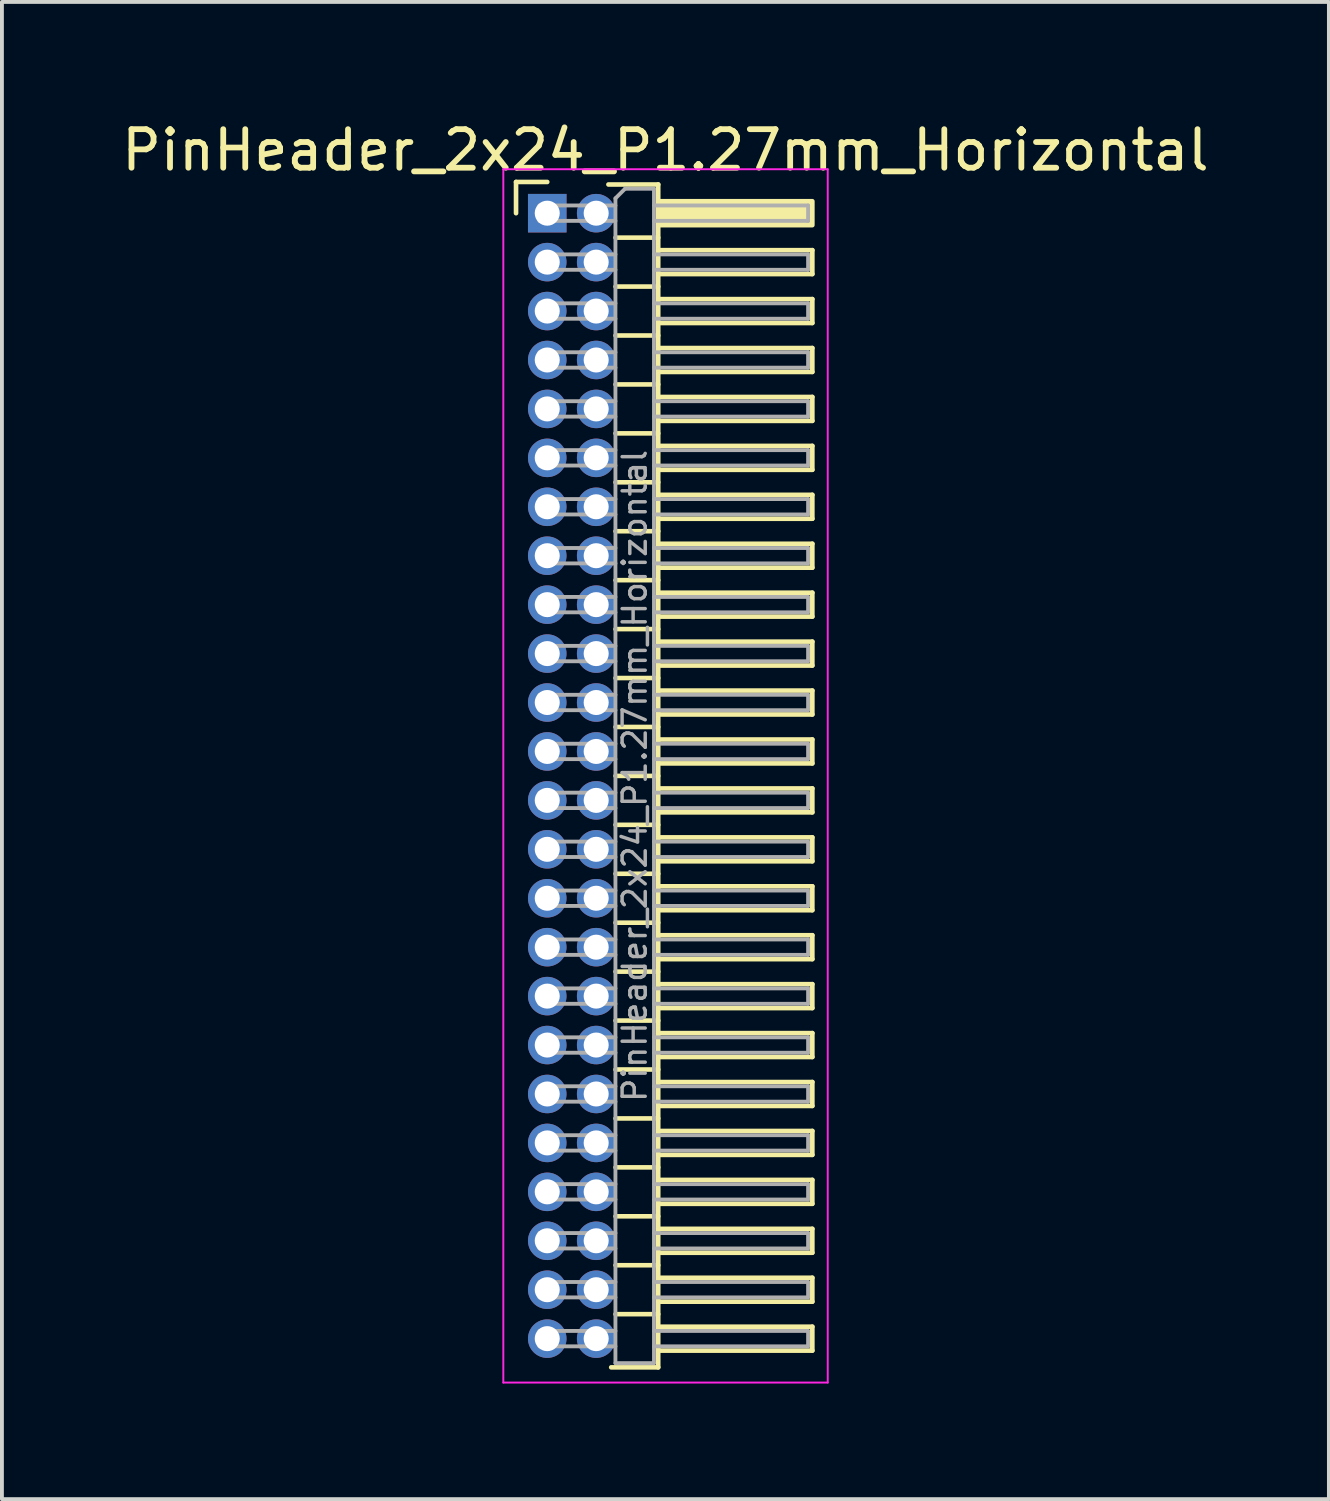
<source format=kicad_pcb>
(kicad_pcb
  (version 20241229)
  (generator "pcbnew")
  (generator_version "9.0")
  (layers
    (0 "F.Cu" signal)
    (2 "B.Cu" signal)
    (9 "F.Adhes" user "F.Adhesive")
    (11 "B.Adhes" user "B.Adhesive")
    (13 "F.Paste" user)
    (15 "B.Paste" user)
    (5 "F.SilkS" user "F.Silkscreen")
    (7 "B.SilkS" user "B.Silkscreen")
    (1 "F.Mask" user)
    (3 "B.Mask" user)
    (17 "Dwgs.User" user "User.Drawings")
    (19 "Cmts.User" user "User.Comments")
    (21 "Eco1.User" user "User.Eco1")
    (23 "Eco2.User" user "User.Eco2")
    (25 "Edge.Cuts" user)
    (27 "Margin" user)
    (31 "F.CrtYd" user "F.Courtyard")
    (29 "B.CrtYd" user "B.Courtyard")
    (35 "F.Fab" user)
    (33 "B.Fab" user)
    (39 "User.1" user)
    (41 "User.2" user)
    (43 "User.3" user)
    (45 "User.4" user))
  (footprint "PinHeader_2x24_P1.27mm_Horizontal"
    (layer "F.Cu")
    (at 11.153 2.483)
    (property "Reference" "PinHeader_2x24_P1.27mm_Horizontal" (at 3.067 -1.635 0) (layer "F.SilkS") (effects (font (size 1 1) (thickness 0.15))))
    (attr through_hole)
    (fp_line (start -0.81 -0.81) (end 0 -0.81) (stroke (width 0.12) (type solid)) (layer "F.SilkS"))
    (fp_line (start -0.81 0) (end -0.81 -0.81) (stroke (width 0.12) (type solid)) (layer "F.SilkS"))
    (fp_line (start 1.588 -0.745) (end 2.88 -0.745) (stroke (width 0.12) (type solid)) (layer "F.SilkS"))
    (fp_line (start 1.773 0.635) (end 2.88 0.635) (stroke (width 0.12) (type solid)) (layer "F.SilkS"))
    (fp_line (start 1.773 1.905) (end 2.88 1.905) (stroke (width 0.12) (type solid)) (layer "F.SilkS"))
    (fp_line (start 1.773 3.175) (end 2.88 3.175) (stroke (width 0.12) (type solid)) (layer "F.SilkS"))
    (fp_line (start 1.773 4.445) (end 2.88 4.445) (stroke (width 0.12) (type solid)) (layer "F.SilkS"))
    (fp_line (start 1.773 5.715) (end 2.88 5.715) (stroke (width 0.12) (type solid)) (layer "F.SilkS"))
    (fp_line (start 1.773 6.985) (end 2.88 6.985) (stroke (width 0.12) (type solid)) (layer "F.SilkS"))
    (fp_line (start 1.773 8.255) (end 2.88 8.255) (stroke (width 0.12) (type solid)) (layer "F.SilkS"))
    (fp_line (start 1.773 9.525) (end 2.88 9.525) (stroke (width 0.12) (type solid)) (layer "F.SilkS"))
    (fp_line (start 1.773 10.795) (end 2.88 10.795) (stroke (width 0.12) (type solid)) (layer "F.SilkS"))
    (fp_line (start 1.773 12.065) (end 2.88 12.065) (stroke (width 0.12) (type solid)) (layer "F.SilkS"))
    (fp_line (start 1.773 13.335) (end 2.88 13.335) (stroke (width 0.12) (type solid)) (layer "F.SilkS"))
    (fp_line (start 1.773 14.605) (end 2.88 14.605) (stroke (width 0.12) (type solid)) (layer "F.SilkS"))
    (fp_line (start 1.773 15.875) (end 2.88 15.875) (stroke (width 0.12) (type solid)) (layer "F.SilkS"))
    (fp_line (start 1.773 17.145) (end 2.88 17.145) (stroke (width 0.12) (type solid)) (layer "F.SilkS"))
    (fp_line (start 1.773 18.415) (end 2.88 18.415) (stroke (width 0.12) (type solid)) (layer "F.SilkS"))
    (fp_line (start 1.773 19.685) (end 2.88 19.685) (stroke (width 0.12) (type solid)) (layer "F.SilkS"))
    (fp_line (start 1.773 20.955) (end 2.88 20.955) (stroke (width 0.12) (type solid)) (layer "F.SilkS"))
    (fp_line (start 1.773 22.225) (end 2.88 22.225) (stroke (width 0.12) (type solid)) (layer "F.SilkS"))
    (fp_line (start 1.773 23.495) (end 2.88 23.495) (stroke (width 0.12) (type solid)) (layer "F.SilkS"))
    (fp_line (start 1.773 24.765) (end 2.88 24.765) (stroke (width 0.12) (type solid)) (layer "F.SilkS"))
    (fp_line (start 1.773 26.035) (end 2.88 26.035) (stroke (width 0.12) (type solid)) (layer "F.SilkS"))
    (fp_line (start 1.773 27.305) (end 2.88 27.305) (stroke (width 0.12) (type solid)) (layer "F.SilkS"))
    (fp_line (start 1.773 28.575) (end 2.88 28.575) (stroke (width 0.12) (type solid)) (layer "F.SilkS"))
    (fp_line (start 2.88 -0.745) (end 2.88 29.955) (stroke (width 0.12) (type solid)) (layer "F.SilkS"))
    (fp_line (start 2.88 0.96) (end 6.88 0.96) (stroke (width 0.12) (type solid)) (layer "F.SilkS"))
    (fp_line (start 2.88 2.23) (end 6.88 2.23) (stroke (width 0.12) (type solid)) (layer "F.SilkS"))
    (fp_line (start 2.88 3.5) (end 6.88 3.5) (stroke (width 0.12) (type solid)) (layer "F.SilkS"))
    (fp_line (start 2.88 4.77) (end 6.88 4.77) (stroke (width 0.12) (type solid)) (layer "F.SilkS"))
    (fp_line (start 2.88 6.04) (end 6.88 6.04) (stroke (width 0.12) (type solid)) (layer "F.SilkS"))
    (fp_line (start 2.88 7.31) (end 6.88 7.31) (stroke (width 0.12) (type solid)) (layer "F.SilkS"))
    (fp_line (start 2.88 8.58) (end 6.88 8.58) (stroke (width 0.12) (type solid)) (layer "F.SilkS"))
    (fp_line (start 2.88 9.85) (end 6.88 9.85) (stroke (width 0.12) (type solid)) (layer "F.SilkS"))
    (fp_line (start 2.88 11.12) (end 6.88 11.12) (stroke (width 0.12) (type solid)) (layer "F.SilkS"))
    (fp_line (start 2.88 12.39) (end 6.88 12.39) (stroke (width 0.12) (type solid)) (layer "F.SilkS"))
    (fp_line (start 2.88 13.66) (end 6.88 13.66) (stroke (width 0.12) (type solid)) (layer "F.SilkS"))
    (fp_line (start 2.88 14.93) (end 6.88 14.93) (stroke (width 0.12) (type solid)) (layer "F.SilkS"))
    (fp_line (start 2.88 16.2) (end 6.88 16.2) (stroke (width 0.12) (type solid)) (layer "F.SilkS"))
    (fp_line (start 2.88 17.47) (end 6.88 17.47) (stroke (width 0.12) (type solid)) (layer "F.SilkS"))
    (fp_line (start 2.88 18.74) (end 6.88 18.74) (stroke (width 0.12) (type solid)) (layer "F.SilkS"))
    (fp_line (start 2.88 20.01) (end 6.88 20.01) (stroke (width 0.12) (type solid)) (layer "F.SilkS"))
    (fp_line (start 2.88 21.28) (end 6.88 21.28) (stroke (width 0.12) (type solid)) (layer "F.SilkS"))
    (fp_line (start 2.88 22.55) (end 6.88 22.55) (stroke (width 0.12) (type solid)) (layer "F.SilkS"))
    (fp_line (start 2.88 23.82) (end 6.88 23.82) (stroke (width 0.12) (type solid)) (layer "F.SilkS"))
    (fp_line (start 2.88 25.09) (end 6.88 25.09) (stroke (width 0.12) (type solid)) (layer "F.SilkS"))
    (fp_line (start 2.88 26.36) (end 6.88 26.36) (stroke (width 0.12) (type solid)) (layer "F.SilkS"))
    (fp_line (start 2.88 27.63) (end 6.88 27.63) (stroke (width 0.12) (type solid)) (layer "F.SilkS"))
    (fp_line (start 2.88 28.9) (end 6.88 28.9) (stroke (width 0.12) (type solid)) (layer "F.SilkS"))
    (fp_line (start 2.88 29.955) (end 1.66 29.955) (stroke (width 0.12) (type solid)) (layer "F.SilkS"))
    (fp_line (start 6.88 0.96) (end 6.88 1.58) (stroke (width 0.12) (type solid)) (layer "F.SilkS"))
    (fp_line (start 6.88 1.58) (end 2.88 1.58) (stroke (width 0.12) (type solid)) (layer "F.SilkS"))
    (fp_line (start 6.88 2.23) (end 6.88 2.85) (stroke (width 0.12) (type solid)) (layer "F.SilkS"))
    (fp_line (start 6.88 2.85) (end 2.88 2.85) (stroke (width 0.12) (type solid)) (layer "F.SilkS"))
    (fp_line (start 6.88 3.5) (end 6.88 4.12) (stroke (width 0.12) (type solid)) (layer "F.SilkS"))
    (fp_line (start 6.88 4.12) (end 2.88 4.12) (stroke (width 0.12) (type solid)) (layer "F.SilkS"))
    (fp_line (start 6.88 4.77) (end 6.88 5.39) (stroke (width 0.12) (type solid)) (layer "F.SilkS"))
    (fp_line (start 6.88 5.39) (end 2.88 5.39) (stroke (width 0.12) (type solid)) (layer "F.SilkS"))
    (fp_line (start 6.88 6.04) (end 6.88 6.66) (stroke (width 0.12) (type solid)) (layer "F.SilkS"))
    (fp_line (start 6.88 6.66) (end 2.88 6.66) (stroke (width 0.12) (type solid)) (layer "F.SilkS"))
    (fp_line (start 6.88 7.31) (end 6.88 7.93) (stroke (width 0.12) (type solid)) (layer "F.SilkS"))
    (fp_line (start 6.88 7.93) (end 2.88 7.93) (stroke (width 0.12) (type solid)) (layer "F.SilkS"))
    (fp_line (start 6.88 8.58) (end 6.88 9.2) (stroke (width 0.12) (type solid)) (layer "F.SilkS"))
    (fp_line (start 6.88 9.2) (end 2.88 9.2) (stroke (width 0.12) (type solid)) (layer "F.SilkS"))
    (fp_line (start 6.88 9.85) (end 6.88 10.47) (stroke (width 0.12) (type solid)) (layer "F.SilkS"))
    (fp_line (start 6.88 10.47) (end 2.88 10.47) (stroke (width 0.12) (type solid)) (layer "F.SilkS"))
    (fp_line (start 6.88 11.12) (end 6.88 11.74) (stroke (width 0.12) (type solid)) (layer "F.SilkS"))
    (fp_line (start 6.88 11.74) (end 2.88 11.74) (stroke (width 0.12) (type solid)) (layer "F.SilkS"))
    (fp_line (start 6.88 12.39) (end 6.88 13.01) (stroke (width 0.12) (type solid)) (layer "F.SilkS"))
    (fp_line (start 6.88 13.01) (end 2.88 13.01) (stroke (width 0.12) (type solid)) (layer "F.SilkS"))
    (fp_line (start 6.88 13.66) (end 6.88 14.28) (stroke (width 0.12) (type solid)) (layer "F.SilkS"))
    (fp_line (start 6.88 14.28) (end 2.88 14.28) (stroke (width 0.12) (type solid)) (layer "F.SilkS"))
    (fp_line (start 6.88 14.93) (end 6.88 15.55) (stroke (width 0.12) (type solid)) (layer "F.SilkS"))
    (fp_line (start 6.88 15.55) (end 2.88 15.55) (stroke (width 0.12) (type solid)) (layer "F.SilkS"))
    (fp_line (start 6.88 16.2) (end 6.88 16.82) (stroke (width 0.12) (type solid)) (layer "F.SilkS"))
    (fp_line (start 6.88 16.82) (end 2.88 16.82) (stroke (width 0.12) (type solid)) (layer "F.SilkS"))
    (fp_line (start 6.88 17.47) (end 6.88 18.09) (stroke (width 0.12) (type solid)) (layer "F.SilkS"))
    (fp_line (start 6.88 18.09) (end 2.88 18.09) (stroke (width 0.12) (type solid)) (layer "F.SilkS"))
    (fp_line (start 6.88 18.74) (end 6.88 19.36) (stroke (width 0.12) (type solid)) (layer "F.SilkS"))
    (fp_line (start 6.88 19.36) (end 2.88 19.36) (stroke (width 0.12) (type solid)) (layer "F.SilkS"))
    (fp_line (start 6.88 20.01) (end 6.88 20.63) (stroke (width 0.12) (type solid)) (layer "F.SilkS"))
    (fp_line (start 6.88 20.63) (end 2.88 20.63) (stroke (width 0.12) (type solid)) (layer "F.SilkS"))
    (fp_line (start 6.88 21.28) (end 6.88 21.9) (stroke (width 0.12) (type solid)) (layer "F.SilkS"))
    (fp_line (start 6.88 21.9) (end 2.88 21.9) (stroke (width 0.12) (type solid)) (layer "F.SilkS"))
    (fp_line (start 6.88 22.55) (end 6.88 23.17) (stroke (width 0.12) (type solid)) (layer "F.SilkS"))
    (fp_line (start 6.88 23.17) (end 2.88 23.17) (stroke (width 0.12) (type solid)) (layer "F.SilkS"))
    (fp_line (start 6.88 23.82) (end 6.88 24.44) (stroke (width 0.12) (type solid)) (layer "F.SilkS"))
    (fp_line (start 6.88 24.44) (end 2.88 24.44) (stroke (width 0.12) (type solid)) (layer "F.SilkS"))
    (fp_line (start 6.88 25.09) (end 6.88 25.71) (stroke (width 0.12) (type solid)) (layer "F.SilkS"))
    (fp_line (start 6.88 25.71) (end 2.88 25.71) (stroke (width 0.12) (type solid)) (layer "F.SilkS"))
    (fp_line (start 6.88 26.36) (end 6.88 26.98) (stroke (width 0.12) (type solid)) (layer "F.SilkS"))
    (fp_line (start 6.88 26.98) (end 2.88 26.98) (stroke (width 0.12) (type solid)) (layer "F.SilkS"))
    (fp_line (start 6.88 27.63) (end 6.88 28.25) (stroke (width 0.12) (type solid)) (layer "F.SilkS"))
    (fp_line (start 6.88 28.25) (end 2.88 28.25) (stroke (width 0.12) (type solid)) (layer "F.SilkS"))
    (fp_line (start 6.88 28.9) (end 6.88 29.52) (stroke (width 0.12) (type solid)) (layer "F.SilkS"))
    (fp_line (start 6.88 29.52) (end 2.88 29.52) (stroke (width 0.12) (type solid)) (layer "F.SilkS"))
    (fp_rect (start 2.88 -0.31) (end 6.88 0.31) (stroke (width 0.12) (type solid)) (fill yes) (layer "F.SilkS"))
    (fp_line (start -1.14 -1.14) (end -1.14 30.35) (stroke (width 0.05) (type solid)) (layer "F.CrtYd"))
    (fp_line (start -1.14 30.35) (end 7.28 30.35) (stroke (width 0.05) (type solid)) (layer "F.CrtYd"))
    (fp_line (start 7.28 -1.14) (end -1.14 -1.14) (stroke (width 0.05) (type solid)) (layer "F.CrtYd"))
    (fp_line (start 7.28 30.35) (end 7.28 -1.14) (stroke (width 0.05) (type solid)) (layer "F.CrtYd"))
    (fp_line (start -0.2 -0.2) (end -0.2 0.2) (stroke (width 0.1) (type solid)) (layer "F.Fab"))
    (fp_line (start -0.2 -0.2) (end 1.77 -0.2) (stroke (width 0.1) (type solid)) (layer "F.Fab"))
    (fp_line (start -0.2 0.2) (end 1.77 0.2) (stroke (width 0.1) (type solid)) (layer "F.Fab"))
    (fp_line (start -0.2 1.07) (end -0.2 1.47) (stroke (width 0.1) (type solid)) (layer "F.Fab"))
    (fp_line (start -0.2 1.07) (end 1.77 1.07) (stroke (width 0.1) (type solid)) (layer "F.Fab"))
    (fp_line (start -0.2 1.47) (end 1.77 1.47) (stroke (width 0.1) (type solid)) (layer "F.Fab"))
    (fp_line (start -0.2 2.34) (end -0.2 2.74) (stroke (width 0.1) (type solid)) (layer "F.Fab"))
    (fp_line (start -0.2 2.34) (end 1.77 2.34) (stroke (width 0.1) (type solid)) (layer "F.Fab"))
    (fp_line (start -0.2 2.74) (end 1.77 2.74) (stroke (width 0.1) (type solid)) (layer "F.Fab"))
    (fp_line (start -0.2 3.61) (end -0.2 4.01) (stroke (width 0.1) (type solid)) (layer "F.Fab"))
    (fp_line (start -0.2 3.61) (end 1.77 3.61) (stroke (width 0.1) (type solid)) (layer "F.Fab"))
    (fp_line (start -0.2 4.01) (end 1.77 4.01) (stroke (width 0.1) (type solid)) (layer "F.Fab"))
    (fp_line (start -0.2 4.88) (end -0.2 5.28) (stroke (width 0.1) (type solid)) (layer "F.Fab"))
    (fp_line (start -0.2 4.88) (end 1.77 4.88) (stroke (width 0.1) (type solid)) (layer "F.Fab"))
    (fp_line (start -0.2 5.28) (end 1.77 5.28) (stroke (width 0.1) (type solid)) (layer "F.Fab"))
    (fp_line (start -0.2 6.15) (end -0.2 6.55) (stroke (width 0.1) (type solid)) (layer "F.Fab"))
    (fp_line (start -0.2 6.15) (end 1.77 6.15) (stroke (width 0.1) (type solid)) (layer "F.Fab"))
    (fp_line (start -0.2 6.55) (end 1.77 6.55) (stroke (width 0.1) (type solid)) (layer "F.Fab"))
    (fp_line (start -0.2 7.42) (end -0.2 7.82) (stroke (width 0.1) (type solid)) (layer "F.Fab"))
    (fp_line (start -0.2 7.42) (end 1.77 7.42) (stroke (width 0.1) (type solid)) (layer "F.Fab"))
    (fp_line (start -0.2 7.82) (end 1.77 7.82) (stroke (width 0.1) (type solid)) (layer "F.Fab"))
    (fp_line (start -0.2 8.69) (end -0.2 9.09) (stroke (width 0.1) (type solid)) (layer "F.Fab"))
    (fp_line (start -0.2 8.69) (end 1.77 8.69) (stroke (width 0.1) (type solid)) (layer "F.Fab"))
    (fp_line (start -0.2 9.09) (end 1.77 9.09) (stroke (width 0.1) (type solid)) (layer "F.Fab"))
    (fp_line (start -0.2 9.96) (end -0.2 10.36) (stroke (width 0.1) (type solid)) (layer "F.Fab"))
    (fp_line (start -0.2 9.96) (end 1.77 9.96) (stroke (width 0.1) (type solid)) (layer "F.Fab"))
    (fp_line (start -0.2 10.36) (end 1.77 10.36) (stroke (width 0.1) (type solid)) (layer "F.Fab"))
    (fp_line (start -0.2 11.23) (end -0.2 11.63) (stroke (width 0.1) (type solid)) (layer "F.Fab"))
    (fp_line (start -0.2 11.23) (end 1.77 11.23) (stroke (width 0.1) (type solid)) (layer "F.Fab"))
    (fp_line (start -0.2 11.63) (end 1.77 11.63) (stroke (width 0.1) (type solid)) (layer "F.Fab"))
    (fp_line (start -0.2 12.5) (end -0.2 12.9) (stroke (width 0.1) (type solid)) (layer "F.Fab"))
    (fp_line (start -0.2 12.5) (end 1.77 12.5) (stroke (width 0.1) (type solid)) (layer "F.Fab"))
    (fp_line (start -0.2 12.9) (end 1.77 12.9) (stroke (width 0.1) (type solid)) (layer "F.Fab"))
    (fp_line (start -0.2 13.77) (end -0.2 14.17) (stroke (width 0.1) (type solid)) (layer "F.Fab"))
    (fp_line (start -0.2 13.77) (end 1.77 13.77) (stroke (width 0.1) (type solid)) (layer "F.Fab"))
    (fp_line (start -0.2 14.17) (end 1.77 14.17) (stroke (width 0.1) (type solid)) (layer "F.Fab"))
    (fp_line (start -0.2 15.04) (end -0.2 15.44) (stroke (width 0.1) (type solid)) (layer "F.Fab"))
    (fp_line (start -0.2 15.04) (end 1.77 15.04) (stroke (width 0.1) (type solid)) (layer "F.Fab"))
    (fp_line (start -0.2 15.44) (end 1.77 15.44) (stroke (width 0.1) (type solid)) (layer "F.Fab"))
    (fp_line (start -0.2 16.31) (end -0.2 16.71) (stroke (width 0.1) (type solid)) (layer "F.Fab"))
    (fp_line (start -0.2 16.31) (end 1.77 16.31) (stroke (width 0.1) (type solid)) (layer "F.Fab"))
    (fp_line (start -0.2 16.71) (end 1.77 16.71) (stroke (width 0.1) (type solid)) (layer "F.Fab"))
    (fp_line (start -0.2 17.58) (end -0.2 17.98) (stroke (width 0.1) (type solid)) (layer "F.Fab"))
    (fp_line (start -0.2 17.58) (end 1.77 17.58) (stroke (width 0.1) (type solid)) (layer "F.Fab"))
    (fp_line (start -0.2 17.98) (end 1.77 17.98) (stroke (width 0.1) (type solid)) (layer "F.Fab"))
    (fp_line (start -0.2 18.85) (end -0.2 19.25) (stroke (width 0.1) (type solid)) (layer "F.Fab"))
    (fp_line (start -0.2 18.85) (end 1.77 18.85) (stroke (width 0.1) (type solid)) (layer "F.Fab"))
    (fp_line (start -0.2 19.25) (end 1.77 19.25) (stroke (width 0.1) (type solid)) (layer "F.Fab"))
    (fp_line (start -0.2 20.12) (end -0.2 20.52) (stroke (width 0.1) (type solid)) (layer "F.Fab"))
    (fp_line (start -0.2 20.12) (end 1.77 20.12) (stroke (width 0.1) (type solid)) (layer "F.Fab"))
    (fp_line (start -0.2 20.52) (end 1.77 20.52) (stroke (width 0.1) (type solid)) (layer "F.Fab"))
    (fp_line (start -0.2 21.39) (end -0.2 21.79) (stroke (width 0.1) (type solid)) (layer "F.Fab"))
    (fp_line (start -0.2 21.39) (end 1.77 21.39) (stroke (width 0.1) (type solid)) (layer "F.Fab"))
    (fp_line (start -0.2 21.79) (end 1.77 21.79) (stroke (width 0.1) (type solid)) (layer "F.Fab"))
    (fp_line (start -0.2 22.66) (end -0.2 23.06) (stroke (width 0.1) (type solid)) (layer "F.Fab"))
    (fp_line (start -0.2 22.66) (end 1.77 22.66) (stroke (width 0.1) (type solid)) (layer "F.Fab"))
    (fp_line (start -0.2 23.06) (end 1.77 23.06) (stroke (width 0.1) (type solid)) (layer "F.Fab"))
    (fp_line (start -0.2 23.93) (end -0.2 24.33) (stroke (width 0.1) (type solid)) (layer "F.Fab"))
    (fp_line (start -0.2 23.93) (end 1.77 23.93) (stroke (width 0.1) (type solid)) (layer "F.Fab"))
    (fp_line (start -0.2 24.33) (end 1.77 24.33) (stroke (width 0.1) (type solid)) (layer "F.Fab"))
    (fp_line (start -0.2 25.2) (end -0.2 25.6) (stroke (width 0.1) (type solid)) (layer "F.Fab"))
    (fp_line (start -0.2 25.2) (end 1.77 25.2) (stroke (width 0.1) (type solid)) (layer "F.Fab"))
    (fp_line (start -0.2 25.6) (end 1.77 25.6) (stroke (width 0.1) (type solid)) (layer "F.Fab"))
    (fp_line (start -0.2 26.47) (end -0.2 26.87) (stroke (width 0.1) (type solid)) (layer "F.Fab"))
    (fp_line (start -0.2 26.47) (end 1.77 26.47) (stroke (width 0.1) (type solid)) (layer "F.Fab"))
    (fp_line (start -0.2 26.87) (end 1.77 26.87) (stroke (width 0.1) (type solid)) (layer "F.Fab"))
    (fp_line (start -0.2 27.74) (end -0.2 28.14) (stroke (width 0.1) (type solid)) (layer "F.Fab"))
    (fp_line (start -0.2 27.74) (end 1.77 27.74) (stroke (width 0.1) (type solid)) (layer "F.Fab"))
    (fp_line (start -0.2 28.14) (end 1.77 28.14) (stroke (width 0.1) (type solid)) (layer "F.Fab"))
    (fp_line (start -0.2 29.01) (end -0.2 29.41) (stroke (width 0.1) (type solid)) (layer "F.Fab"))
    (fp_line (start -0.2 29.01) (end 1.77 29.01) (stroke (width 0.1) (type solid)) (layer "F.Fab"))
    (fp_line (start -0.2 29.41) (end 1.77 29.41) (stroke (width 0.1) (type solid)) (layer "F.Fab"))
    (fp_line (start 1.77 -0.385) (end 2.02 -0.635) (stroke (width 0.1) (type solid)) (layer "F.Fab"))
    (fp_line (start 1.77 29.845) (end 1.77 -0.385) (stroke (width 0.1) (type solid)) (layer "F.Fab"))
    (fp_line (start 2.02 -0.635) (end 2.77 -0.635) (stroke (width 0.1) (type solid)) (layer "F.Fab"))
    (fp_line (start 2.77 -0.635) (end 2.77 29.845) (stroke (width 0.1) (type solid)) (layer "F.Fab"))
    (fp_line (start 2.77 -0.2) (end 6.77 -0.2) (stroke (width 0.1) (type solid)) (layer "F.Fab"))
    (fp_line (start 2.77 0.2) (end 6.77 0.2) (stroke (width 0.1) (type solid)) (layer "F.Fab"))
    (fp_line (start 2.77 1.07) (end 6.77 1.07) (stroke (width 0.1) (type solid)) (layer "F.Fab"))
    (fp_line (start 2.77 1.47) (end 6.77 1.47) (stroke (width 0.1) (type solid)) (layer "F.Fab"))
    (fp_line (start 2.77 2.34) (end 6.77 2.34) (stroke (width 0.1) (type solid)) (layer "F.Fab"))
    (fp_line (start 2.77 2.74) (end 6.77 2.74) (stroke (width 0.1) (type solid)) (layer "F.Fab"))
    (fp_line (start 2.77 3.61) (end 6.77 3.61) (stroke (width 0.1) (type solid)) (layer "F.Fab"))
    (fp_line (start 2.77 4.01) (end 6.77 4.01) (stroke (width 0.1) (type solid)) (layer "F.Fab"))
    (fp_line (start 2.77 4.88) (end 6.77 4.88) (stroke (width 0.1) (type solid)) (layer "F.Fab"))
    (fp_line (start 2.77 5.28) (end 6.77 5.28) (stroke (width 0.1) (type solid)) (layer "F.Fab"))
    (fp_line (start 2.77 6.15) (end 6.77 6.15) (stroke (width 0.1) (type solid)) (layer "F.Fab"))
    (fp_line (start 2.77 6.55) (end 6.77 6.55) (stroke (width 0.1) (type solid)) (layer "F.Fab"))
    (fp_line (start 2.77 7.42) (end 6.77 7.42) (stroke (width 0.1) (type solid)) (layer "F.Fab"))
    (fp_line (start 2.77 7.82) (end 6.77 7.82) (stroke (width 0.1) (type solid)) (layer "F.Fab"))
    (fp_line (start 2.77 8.69) (end 6.77 8.69) (stroke (width 0.1) (type solid)) (layer "F.Fab"))
    (fp_line (start 2.77 9.09) (end 6.77 9.09) (stroke (width 0.1) (type solid)) (layer "F.Fab"))
    (fp_line (start 2.77 9.96) (end 6.77 9.96) (stroke (width 0.1) (type solid)) (layer "F.Fab"))
    (fp_line (start 2.77 10.36) (end 6.77 10.36) (stroke (width 0.1) (type solid)) (layer "F.Fab"))
    (fp_line (start 2.77 11.23) (end 6.77 11.23) (stroke (width 0.1) (type solid)) (layer "F.Fab"))
    (fp_line (start 2.77 11.63) (end 6.77 11.63) (stroke (width 0.1) (type solid)) (layer "F.Fab"))
    (fp_line (start 2.77 12.5) (end 6.77 12.5) (stroke (width 0.1) (type solid)) (layer "F.Fab"))
    (fp_line (start 2.77 12.9) (end 6.77 12.9) (stroke (width 0.1) (type solid)) (layer "F.Fab"))
    (fp_line (start 2.77 13.77) (end 6.77 13.77) (stroke (width 0.1) (type solid)) (layer "F.Fab"))
    (fp_line (start 2.77 14.17) (end 6.77 14.17) (stroke (width 0.1) (type solid)) (layer "F.Fab"))
    (fp_line (start 2.77 15.04) (end 6.77 15.04) (stroke (width 0.1) (type solid)) (layer "F.Fab"))
    (fp_line (start 2.77 15.44) (end 6.77 15.44) (stroke (width 0.1) (type solid)) (layer "F.Fab"))
    (fp_line (start 2.77 16.31) (end 6.77 16.31) (stroke (width 0.1) (type solid)) (layer "F.Fab"))
    (fp_line (start 2.77 16.71) (end 6.77 16.71) (stroke (width 0.1) (type solid)) (layer "F.Fab"))
    (fp_line (start 2.77 17.58) (end 6.77 17.58) (stroke (width 0.1) (type solid)) (layer "F.Fab"))
    (fp_line (start 2.77 17.98) (end 6.77 17.98) (stroke (width 0.1) (type solid)) (layer "F.Fab"))
    (fp_line (start 2.77 18.85) (end 6.77 18.85) (stroke (width 0.1) (type solid)) (layer "F.Fab"))
    (fp_line (start 2.77 19.25) (end 6.77 19.25) (stroke (width 0.1) (type solid)) (layer "F.Fab"))
    (fp_line (start 2.77 20.12) (end 6.77 20.12) (stroke (width 0.1) (type solid)) (layer "F.Fab"))
    (fp_line (start 2.77 20.52) (end 6.77 20.52) (stroke (width 0.1) (type solid)) (layer "F.Fab"))
    (fp_line (start 2.77 21.39) (end 6.77 21.39) (stroke (width 0.1) (type solid)) (layer "F.Fab"))
    (fp_line (start 2.77 21.79) (end 6.77 21.79) (stroke (width 0.1) (type solid)) (layer "F.Fab"))
    (fp_line (start 2.77 22.66) (end 6.77 22.66) (stroke (width 0.1) (type solid)) (layer "F.Fab"))
    (fp_line (start 2.77 23.06) (end 6.77 23.06) (stroke (width 0.1) (type solid)) (layer "F.Fab"))
    (fp_line (start 2.77 23.93) (end 6.77 23.93) (stroke (width 0.1) (type solid)) (layer "F.Fab"))
    (fp_line (start 2.77 24.33) (end 6.77 24.33) (stroke (width 0.1) (type solid)) (layer "F.Fab"))
    (fp_line (start 2.77 25.2) (end 6.77 25.2) (stroke (width 0.1) (type solid)) (layer "F.Fab"))
    (fp_line (start 2.77 25.6) (end 6.77 25.6) (stroke (width 0.1) (type solid)) (layer "F.Fab"))
    (fp_line (start 2.77 26.47) (end 6.77 26.47) (stroke (width 0.1) (type solid)) (layer "F.Fab"))
    (fp_line (start 2.77 26.87) (end 6.77 26.87) (stroke (width 0.1) (type solid)) (layer "F.Fab"))
    (fp_line (start 2.77 27.74) (end 6.77 27.74) (stroke (width 0.1) (type solid)) (layer "F.Fab"))
    (fp_line (start 2.77 28.14) (end 6.77 28.14) (stroke (width 0.1) (type solid)) (layer "F.Fab"))
    (fp_line (start 2.77 29.01) (end 6.77 29.01) (stroke (width 0.1) (type solid)) (layer "F.Fab"))
    (fp_line (start 2.77 29.41) (end 6.77 29.41) (stroke (width 0.1) (type solid)) (layer "F.Fab"))
    (fp_line (start 2.77 29.845) (end 1.77 29.845) (stroke (width 0.1) (type solid)) (layer "F.Fab"))
    (fp_line (start 6.77 -0.2) (end 6.77 0.2) (stroke (width 0.1) (type solid)) (layer "F.Fab"))
    (fp_line (start 6.77 1.07) (end 6.77 1.47) (stroke (width 0.1) (type solid)) (layer "F.Fab"))
    (fp_line (start 6.77 2.34) (end 6.77 2.74) (stroke (width 0.1) (type solid)) (layer "F.Fab"))
    (fp_line (start 6.77 3.61) (end 6.77 4.01) (stroke (width 0.1) (type solid)) (layer "F.Fab"))
    (fp_line (start 6.77 4.88) (end 6.77 5.28) (stroke (width 0.1) (type solid)) (layer "F.Fab"))
    (fp_line (start 6.77 6.15) (end 6.77 6.55) (stroke (width 0.1) (type solid)) (layer "F.Fab"))
    (fp_line (start 6.77 7.42) (end 6.77 7.82) (stroke (width 0.1) (type solid)) (layer "F.Fab"))
    (fp_line (start 6.77 8.69) (end 6.77 9.09) (stroke (width 0.1) (type solid)) (layer "F.Fab"))
    (fp_line (start 6.77 9.96) (end 6.77 10.36) (stroke (width 0.1) (type solid)) (layer "F.Fab"))
    (fp_line (start 6.77 11.23) (end 6.77 11.63) (stroke (width 0.1) (type solid)) (layer "F.Fab"))
    (fp_line (start 6.77 12.5) (end 6.77 12.9) (stroke (width 0.1) (type solid)) (layer "F.Fab"))
    (fp_line (start 6.77 13.77) (end 6.77 14.17) (stroke (width 0.1) (type solid)) (layer "F.Fab"))
    (fp_line (start 6.77 15.04) (end 6.77 15.44) (stroke (width 0.1) (type solid)) (layer "F.Fab"))
    (fp_line (start 6.77 16.31) (end 6.77 16.71) (stroke (width 0.1) (type solid)) (layer "F.Fab"))
    (fp_line (start 6.77 17.58) (end 6.77 17.98) (stroke (width 0.1) (type solid)) (layer "F.Fab"))
    (fp_line (start 6.77 18.85) (end 6.77 19.25) (stroke (width 0.1) (type solid)) (layer "F.Fab"))
    (fp_line (start 6.77 20.12) (end 6.77 20.52) (stroke (width 0.1) (type solid)) (layer "F.Fab"))
    (fp_line (start 6.77 21.39) (end 6.77 21.79) (stroke (width 0.1) (type solid)) (layer "F.Fab"))
    (fp_line (start 6.77 22.66) (end 6.77 23.06) (stroke (width 0.1) (type solid)) (layer "F.Fab"))
    (fp_line (start 6.77 23.93) (end 6.77 24.33) (stroke (width 0.1) (type solid)) (layer "F.Fab"))
    (fp_line (start 6.77 25.2) (end 6.77 25.6) (stroke (width 0.1) (type solid)) (layer "F.Fab"))
    (fp_line (start 6.77 26.47) (end 6.77 26.87) (stroke (width 0.1) (type solid)) (layer "F.Fab"))
    (fp_line (start 6.77 27.74) (end 6.77 28.14) (stroke (width 0.1) (type solid)) (layer "F.Fab"))
    (fp_line (start 6.77 29.01) (end 6.77 29.41) (stroke (width 0.1) (type solid)) (layer "F.Fab"))
    (fp_text user "${REFERENCE}" (at 2.27 14.605 90) (layer "F.Fab") (effects (font (size 0.6 0.6) (thickness 0.09))))
    (pad "1" thru_hole rect (at 0 0) (size 1 1) (drill 0.65) (layers "*.Cu" "*.Mask"))
    (pad "2" thru_hole circle (at 1.27 0) (size 1 1) (drill 0.65) (layers "*.Cu" "*.Mask"))
    (pad "3" thru_hole circle (at 0 1.27) (size 1 1) (drill 0.65) (layers "*.Cu" "*.Mask"))
    (pad "4" thru_hole circle (at 1.27 1.27) (size 1 1) (drill 0.65) (layers "*.Cu" "*.Mask"))
    (pad "5" thru_hole circle (at 0 2.54) (size 1 1) (drill 0.65) (layers "*.Cu" "*.Mask"))
    (pad "6" thru_hole circle (at 1.27 2.54) (size 1 1) (drill 0.65) (layers "*.Cu" "*.Mask"))
    (pad "7" thru_hole circle (at 0 3.81) (size 1 1) (drill 0.65) (layers "*.Cu" "*.Mask"))
    (pad "8" thru_hole circle (at 1.27 3.81) (size 1 1) (drill 0.65) (layers "*.Cu" "*.Mask"))
    (pad "9" thru_hole circle (at 0 5.08) (size 1 1) (drill 0.65) (layers "*.Cu" "*.Mask"))
    (pad "10" thru_hole circle (at 1.27 5.08) (size 1 1) (drill 0.65) (layers "*.Cu" "*.Mask"))
    (pad "11" thru_hole circle (at 0 6.35) (size 1 1) (drill 0.65) (layers "*.Cu" "*.Mask"))
    (pad "12" thru_hole circle (at 1.27 6.35) (size 1 1) (drill 0.65) (layers "*.Cu" "*.Mask"))
    (pad "13" thru_hole circle (at 0 7.62) (size 1 1) (drill 0.65) (layers "*.Cu" "*.Mask"))
    (pad "14" thru_hole circle (at 1.27 7.62) (size 1 1) (drill 0.65) (layers "*.Cu" "*.Mask"))
    (pad "15" thru_hole circle (at 0 8.89) (size 1 1) (drill 0.65) (layers "*.Cu" "*.Mask"))
    (pad "16" thru_hole circle (at 1.27 8.89) (size 1 1) (drill 0.65) (layers "*.Cu" "*.Mask"))
    (pad "17" thru_hole circle (at 0 10.16) (size 1 1) (drill 0.65) (layers "*.Cu" "*.Mask"))
    (pad "18" thru_hole circle (at 1.27 10.16) (size 1 1) (drill 0.65) (layers "*.Cu" "*.Mask"))
    (pad "19" thru_hole circle (at 0 11.43) (size 1 1) (drill 0.65) (layers "*.Cu" "*.Mask"))
    (pad "20" thru_hole circle (at 1.27 11.43) (size 1 1) (drill 0.65) (layers "*.Cu" "*.Mask"))
    (pad "21" thru_hole circle (at 0 12.7) (size 1 1) (drill 0.65) (layers "*.Cu" "*.Mask"))
    (pad "22" thru_hole circle (at 1.27 12.7) (size 1 1) (drill 0.65) (layers "*.Cu" "*.Mask"))
    (pad "23" thru_hole circle (at 0 13.97) (size 1 1) (drill 0.65) (layers "*.Cu" "*.Mask"))
    (pad "24" thru_hole circle (at 1.27 13.97) (size 1 1) (drill 0.65) (layers "*.Cu" "*.Mask"))
    (pad "25" thru_hole circle (at 0 15.24) (size 1 1) (drill 0.65) (layers "*.Cu" "*.Mask"))
    (pad "26" thru_hole circle (at 1.27 15.24) (size 1 1) (drill 0.65) (layers "*.Cu" "*.Mask"))
    (pad "27" thru_hole circle (at 0 16.51) (size 1 1) (drill 0.65) (layers "*.Cu" "*.Mask"))
    (pad "28" thru_hole circle (at 1.27 16.51) (size 1 1) (drill 0.65) (layers "*.Cu" "*.Mask"))
    (pad "29" thru_hole circle (at 0 17.78) (size 1 1) (drill 0.65) (layers "*.Cu" "*.Mask"))
    (pad "30" thru_hole circle (at 1.27 17.78) (size 1 1) (drill 0.65) (layers "*.Cu" "*.Mask"))
    (pad "31" thru_hole circle (at 0 19.05) (size 1 1) (drill 0.65) (layers "*.Cu" "*.Mask"))
    (pad "32" thru_hole circle (at 1.27 19.05) (size 1 1) (drill 0.65) (layers "*.Cu" "*.Mask"))
    (pad "33" thru_hole circle (at 0 20.32) (size 1 1) (drill 0.65) (layers "*.Cu" "*.Mask"))
    (pad "34" thru_hole circle (at 1.27 20.32) (size 1 1) (drill 0.65) (layers "*.Cu" "*.Mask"))
    (pad "35" thru_hole circle (at 0 21.59) (size 1 1) (drill 0.65) (layers "*.Cu" "*.Mask"))
    (pad "36" thru_hole circle (at 1.27 21.59) (size 1 1) (drill 0.65) (layers "*.Cu" "*.Mask"))
    (pad "37" thru_hole circle (at 0 22.86) (size 1 1) (drill 0.65) (layers "*.Cu" "*.Mask"))
    (pad "38" thru_hole circle (at 1.27 22.86) (size 1 1) (drill 0.65) (layers "*.Cu" "*.Mask"))
    (pad "39" thru_hole circle (at 0 24.13) (size 1 1) (drill 0.65) (layers "*.Cu" "*.Mask"))
    (pad "40" thru_hole circle (at 1.27 24.13) (size 1 1) (drill 0.65) (layers "*.Cu" "*.Mask"))
    (pad "41" thru_hole circle (at 0 25.4) (size 1 1) (drill 0.65) (layers "*.Cu" "*.Mask"))
    (pad "42" thru_hole circle (at 1.27 25.4) (size 1 1) (drill 0.65) (layers "*.Cu" "*.Mask"))
    (pad "43" thru_hole circle (at 0 26.67) (size 1 1) (drill 0.65) (layers "*.Cu" "*.Mask"))
    (pad "44" thru_hole circle (at 1.27 26.67) (size 1 1) (drill 0.65) (layers "*.Cu" "*.Mask"))
    (pad "45" thru_hole circle (at 0 27.94) (size 1 1) (drill 0.65) (layers "*.Cu" "*.Mask"))
    (pad "46" thru_hole circle (at 1.27 27.94) (size 1 1) (drill 0.65) (layers "*.Cu" "*.Mask"))
    (pad "47" thru_hole circle (at 0 29.21) (size 1 1) (drill 0.65) (layers "*.Cu" "*.Mask"))
    (pad "48" thru_hole circle (at 1.27 29.21) (size 1 1) (drill 0.65) (layers "*.Cu" "*.Mask")))
  (gr_rect
    (start -3 -3)
    (end 31.44 35.858)
    (stroke (width 0.1) (type default))
    (fill no)
    (layer "Edge.Cuts")))
</source>
